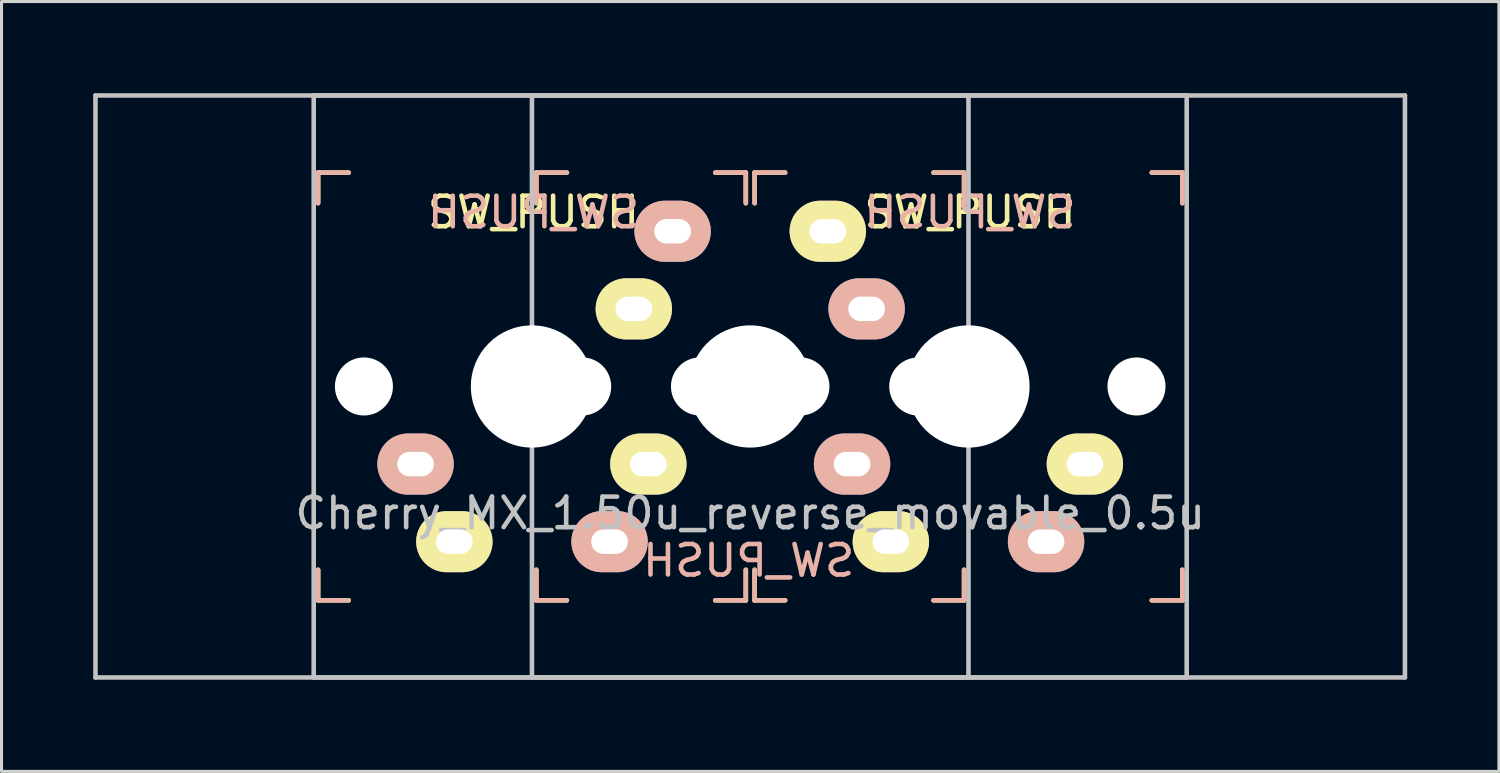
<source format=kicad_pcb>
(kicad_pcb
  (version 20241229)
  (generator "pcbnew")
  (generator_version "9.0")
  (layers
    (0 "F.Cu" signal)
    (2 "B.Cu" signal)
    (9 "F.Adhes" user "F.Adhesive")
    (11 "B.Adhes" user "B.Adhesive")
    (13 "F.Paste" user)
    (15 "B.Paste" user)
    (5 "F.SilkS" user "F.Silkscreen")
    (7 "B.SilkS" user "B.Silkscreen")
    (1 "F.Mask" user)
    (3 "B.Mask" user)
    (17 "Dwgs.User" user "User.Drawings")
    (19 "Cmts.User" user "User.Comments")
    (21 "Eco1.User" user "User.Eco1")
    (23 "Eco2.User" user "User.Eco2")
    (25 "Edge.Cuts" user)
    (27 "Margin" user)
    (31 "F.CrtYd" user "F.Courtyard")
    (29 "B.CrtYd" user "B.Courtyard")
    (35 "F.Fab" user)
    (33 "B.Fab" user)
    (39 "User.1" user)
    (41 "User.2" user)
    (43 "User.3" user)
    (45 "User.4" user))
  (footprint "Cherry_MX_1.50u_reverse_movable_0.5u"
    (layer "F.Cu")
    (at 21.506 9.6)
    (property "Reference" "Cherry_MX_1.50u_reverse_movable_0.5u" (at 0 4.15 0) (layer "Dwgs.User") (effects (font (size 1 1) (thickness 0.15))))
    (property "Value" "SW_PUSH" (at -0.05 5.7 0) (layer "F.SilkS") (hide yes) (effects (font (size 1 1) (thickness 0.15))))
    (attr through_hole)
    (fp_line (start -14.144 -7) (end -14.144 -6) (stroke (width 0.15) (type solid)) (layer "F.SilkS"))
    (fp_line (start -14.144 6) (end -14.144 7) (stroke (width 0.15) (type solid)) (layer "F.SilkS"))
    (fp_line (start -14.144 7) (end -13.144 7) (stroke (width 0.15) (type solid)) (layer "F.SilkS"))
    (fp_line (start -13.144 -7) (end -14.144 -7) (stroke (width 0.15) (type solid)) (layer "F.SilkS"))
    (fp_line (start -7 -7) (end -6 -7) (stroke (width 0.15) (type solid)) (layer "F.SilkS"))
    (fp_line (start -7 -6) (end -7 -7) (stroke (width 0.15) (type solid)) (layer "F.SilkS"))
    (fp_line (start -7 6) (end -7 7) (stroke (width 0.15) (type solid)) (layer "F.SilkS"))
    (fp_line (start -6 7) (end -7 7) (stroke (width 0.15) (type solid)) (layer "F.SilkS"))
    (fp_line (start -1.144 -7) (end -0.144 -7) (stroke (width 0.15) (type solid)) (layer "F.SilkS"))
    (fp_line (start -0.144 -6) (end -0.144 -7) (stroke (width 0.15) (type solid)) (layer "F.SilkS"))
    (fp_line (start -0.144 6) (end -0.144 7) (stroke (width 0.15) (type solid)) (layer "F.SilkS"))
    (fp_line (start -0.144 7) (end -1.144 7) (stroke (width 0.15) (type solid)) (layer "F.SilkS"))
    (fp_line (start 0.144 -7) (end 0.144 -6) (stroke (width 0.15) (type solid)) (layer "F.SilkS"))
    (fp_line (start 0.144 6) (end 0.144 7) (stroke (width 0.15) (type solid)) (layer "F.SilkS"))
    (fp_line (start 0.144 7) (end 1.144 7) (stroke (width 0.15) (type solid)) (layer "F.SilkS"))
    (fp_line (start 1.144 -7) (end 0.144 -7) (stroke (width 0.15) (type solid)) (layer "F.SilkS"))
    (fp_line (start 6 7) (end 7 7) (stroke (width 0.15) (type solid)) (layer "F.SilkS"))
    (fp_line (start 7 -7) (end 6 -7) (stroke (width 0.15) (type solid)) (layer "F.SilkS"))
    (fp_line (start 7 -6) (end 7 -7) (stroke (width 0.15) (type solid)) (layer "F.SilkS"))
    (fp_line (start 7 7) (end 7 6) (stroke (width 0.15) (type solid)) (layer "F.SilkS"))
    (fp_line (start 13.144 -7) (end 14.144 -7) (stroke (width 0.15) (type solid)) (layer "F.SilkS"))
    (fp_line (start 14.144 -6) (end 14.144 -7) (stroke (width 0.15) (type solid)) (layer "F.SilkS"))
    (fp_line (start 14.144 6) (end 14.144 7) (stroke (width 0.15) (type solid)) (layer "F.SilkS"))
    (fp_line (start 14.144 7) (end 13.144 7) (stroke (width 0.15) (type solid)) (layer "F.SilkS"))
    (fp_line (start -14.144 -7) (end -14.144 -6) (stroke (width 0.15) (type solid)) (layer "B.SilkS"))
    (fp_line (start -14.144 6) (end -14.144 7) (stroke (width 0.15) (type solid)) (layer "B.SilkS"))
    (fp_line (start -14.144 7) (end -13.144 7) (stroke (width 0.15) (type solid)) (layer "B.SilkS"))
    (fp_line (start -13.144 -7) (end -14.144 -7) (stroke (width 0.15) (type solid)) (layer "B.SilkS"))
    (fp_line (start -7 -7) (end -7 -6) (stroke (width 0.15) (type solid)) (layer "B.SilkS"))
    (fp_line (start -7 6) (end -7 7) (stroke (width 0.15) (type solid)) (layer "B.SilkS"))
    (fp_line (start -7 7) (end -6 7) (stroke (width 0.15) (type solid)) (layer "B.SilkS"))
    (fp_line (start -6 -7) (end -7 -7) (stroke (width 0.15) (type solid)) (layer "B.SilkS"))
    (fp_line (start -1.144 7) (end -0.144 7) (stroke (width 0.15) (type solid)) (layer "B.SilkS"))
    (fp_line (start -0.144 -7) (end -1.144 -7) (stroke (width 0.15) (type solid)) (layer "B.SilkS"))
    (fp_line (start -0.144 -6) (end -0.144 -7) (stroke (width 0.15) (type solid)) (layer "B.SilkS"))
    (fp_line (start -0.144 7) (end -0.144 6) (stroke (width 0.15) (type solid)) (layer "B.SilkS"))
    (fp_line (start 0.144 -7) (end 0.144 -6) (stroke (width 0.15) (type solid)) (layer "B.SilkS"))
    (fp_line (start 0.144 6) (end 0.144 7) (stroke (width 0.15) (type solid)) (layer "B.SilkS"))
    (fp_line (start 0.144 7) (end 1.144 7) (stroke (width 0.15) (type solid)) (layer "B.SilkS"))
    (fp_line (start 1.144 -7) (end 0.144 -7) (stroke (width 0.15) (type solid)) (layer "B.SilkS"))
    (fp_line (start 6 7) (end 7 7) (stroke (width 0.15) (type solid)) (layer "B.SilkS"))
    (fp_line (start 7 -7) (end 6 -7) (stroke (width 0.15) (type solid)) (layer "B.SilkS"))
    (fp_line (start 7 -6) (end 7 -7) (stroke (width 0.15) (type solid)) (layer "B.SilkS"))
    (fp_line (start 7 7) (end 7 6) (stroke (width 0.15) (type solid)) (layer "B.SilkS"))
    (fp_line (start 13.144 7) (end 14.144 7) (stroke (width 0.15) (type solid)) (layer "B.SilkS"))
    (fp_line (start 14.144 -7) (end 13.144 -7) (stroke (width 0.15) (type solid)) (layer "B.SilkS"))
    (fp_line (start 14.144 -6) (end 14.144 -7) (stroke (width 0.15) (type solid)) (layer "B.SilkS"))
    (fp_line (start 14.144 7) (end 14.144 6) (stroke (width 0.15) (type solid)) (layer "B.SilkS"))
    (fp_line (start -21.431 -9.525) (end 7.144 -9.525) (stroke (width 0.15) (type solid)) (layer "Dwgs.User"))
    (fp_line (start -21.431 9.525) (end -21.431 -9.525) (stroke (width 0.15) (type solid)) (layer "Dwgs.User"))
    (fp_line (start -14.287 -9.525) (end 14.287 -9.525) (stroke (width 0.15) (type solid)) (layer "Dwgs.User"))
    (fp_line (start -14.287 9.525) (end -14.287 -9.525) (stroke (width 0.15) (type solid)) (layer "Dwgs.User"))
    (fp_line (start -7.144 -9.525) (end 21.431 -9.525) (stroke (width 0.15) (type solid)) (layer "Dwgs.User"))
    (fp_line (start -7.144 9.525) (end -7.144 -9.525) (stroke (width 0.15) (type solid)) (layer "Dwgs.User"))
    (fp_line (start 7.144 -9.525) (end 7.144 9.525) (stroke (width 0.15) (type solid)) (layer "Dwgs.User"))
    (fp_line (start 7.144 9.525) (end -21.431 9.525) (stroke (width 0.15) (type solid)) (layer "Dwgs.User"))
    (fp_line (start 14.287 -9.525) (end 14.287 9.525) (stroke (width 0.15) (type solid)) (layer "Dwgs.User"))
    (fp_line (start 14.287 9.525) (end -14.287 9.525) (stroke (width 0.15) (type solid)) (layer "Dwgs.User"))
    (fp_line (start 21.431 -9.525) (end 21.431 9.525) (stroke (width 0.15) (type solid)) (layer "Dwgs.User"))
    (fp_line (start 21.431 9.525) (end -7.144 9.525) (stroke (width 0.15) (type solid)) (layer "Dwgs.User"))
    (fp_text user "SW_PUSH" (at 7.194 -5.7 180) (layer "F.SilkS") (effects (font (size 1 1) (thickness 0.15))))
    (fp_text user "SW_PUSH" (at -7.094 -5.7 180) (layer "F.SilkS") (effects (font (size 1 1) (thickness 0.15))))
    (fp_text user "SW_PUSH" (at 7.194 -5.7 180) (layer "B.SilkS") (effects (font (size 1 1) (thickness 0.15)) (justify mirror)))
    (fp_text user "${VALUE}" (at -0.05 5.7 0) (layer "B.SilkS") (effects (font (size 1 1) (thickness 0.15)) (justify mirror)))
    (fp_text user "SW_PUSH" (at -7.094 -5.7 180) (layer "B.SilkS") (effects (font (size 1 1) (thickness 0.15)) (justify mirror)))
    (pad "" np_thru_hole circle (at -12.644 0 270) (size 1.9 1.9) (drill 1.9) (layers "*.Cu" "*.Mask"))
    (pad "" np_thru_hole circle (at -7.144 0 270) (size 4 4) (drill 4) (layers "*.Cu" "*.Mask"))
    (pad "" np_thru_hole circle (at -5.5 0 90) (size 1.9 1.9) (drill 1.9) (layers "*.Cu" "*.Mask"))
    (pad "" np_thru_hole circle (at -1.644 0 270) (size 1.9 1.9) (drill 1.9) (layers "*.Cu" "*.Mask"))
    (pad "" np_thru_hole circle (at 0 0 90) (size 4 4) (drill 4) (layers "*.Cu" "*.Mask"))
    (pad "" np_thru_hole circle (at 1.644 0 270) (size 1.9 1.9) (drill 1.9) (layers "*.Cu" "*.Mask"))
    (pad "" np_thru_hole circle (at 5.5 0 90) (size 1.9 1.9) (drill 1.9) (layers "*.Cu" "*.Mask"))
    (pad "" np_thru_hole circle (at 7.144 0 270) (size 4 4) (drill 4) (layers "*.Cu" "*.Mask"))
    (pad "" np_thru_hole circle (at 12.644 0 270) (size 1.9 1.9) (drill 1.9) (layers "*.Cu" "*.Mask"))
    (pad "1" thru_hole oval (at -10.954 2.54 180) (size 2.5 2) (drill oval 1.2 0.8) (layers "*.Cu" "F.Mask" "B.SilkS"))
    (pad "1" thru_hole oval (at -9.684 5.08 180) (size 2.5 2) (drill oval 1.2 0.8) (layers "*.Cu" "B.Mask" "F.SilkS"))
    (pad "1" thru_hole oval (at 2.54 -5.08) (size 2.5 2) (drill oval 1.2 0.8) (layers "*.Cu" "B.Mask" "F.SilkS"))
    (pad "1" thru_hole oval (at 3.334 2.54 180) (size 2.5 2) (drill oval 1.2 0.8) (layers "*.Cu" "F.Mask" "B.SilkS"))
    (pad "1" thru_hole oval (at 3.81 -2.54) (size 2.5 2) (drill oval 1.2 0.8) (layers "*.Cu" "F.Mask" "B.SilkS"))
    (pad "1" thru_hole oval (at 4.604 5.08 180) (size 2.5 2) (drill oval 1.2 0.8) (layers "*.Cu" "B.Mask" "F.SilkS"))
    (pad "2" thru_hole oval (at -4.604 5.08 180) (size 2.5 2) (drill oval 1.2 0.8) (layers "*.Cu" "F.Mask" "B.SilkS"))
    (pad "2" thru_hole oval (at -3.81 -2.54) (size 2.5 2) (drill oval 1.2 0.8) (layers "*.Cu" "B.Mask" "F.SilkS"))
    (pad "2" thru_hole oval (at -3.334 2.54 180) (size 2.5 2) (drill oval 1.2 0.8) (layers "*.Cu" "B.Mask" "F.SilkS"))
    (pad "2" thru_hole oval (at -2.54 -5.08) (size 2.5 2) (drill oval 1.2 0.8) (layers "*.Cu" "F.Mask" "B.SilkS"))
    (pad "2" thru_hole oval (at 9.684 5.08 180) (size 2.5 2) (drill oval 1.2 0.8) (layers "*.Cu" "F.Mask" "B.SilkS"))
    (pad "2" thru_hole oval (at 10.954 2.54 180) (size 2.5 2) (drill oval 1.2 0.8) (layers "*.Cu" "B.Mask" "F.SilkS")))
  (gr_rect
    (start -3 -3)
    (end 46.013 22.2)
    (stroke (width 0.1) (type default))
    (fill no)
    (layer "Edge.Cuts")))
</source>
